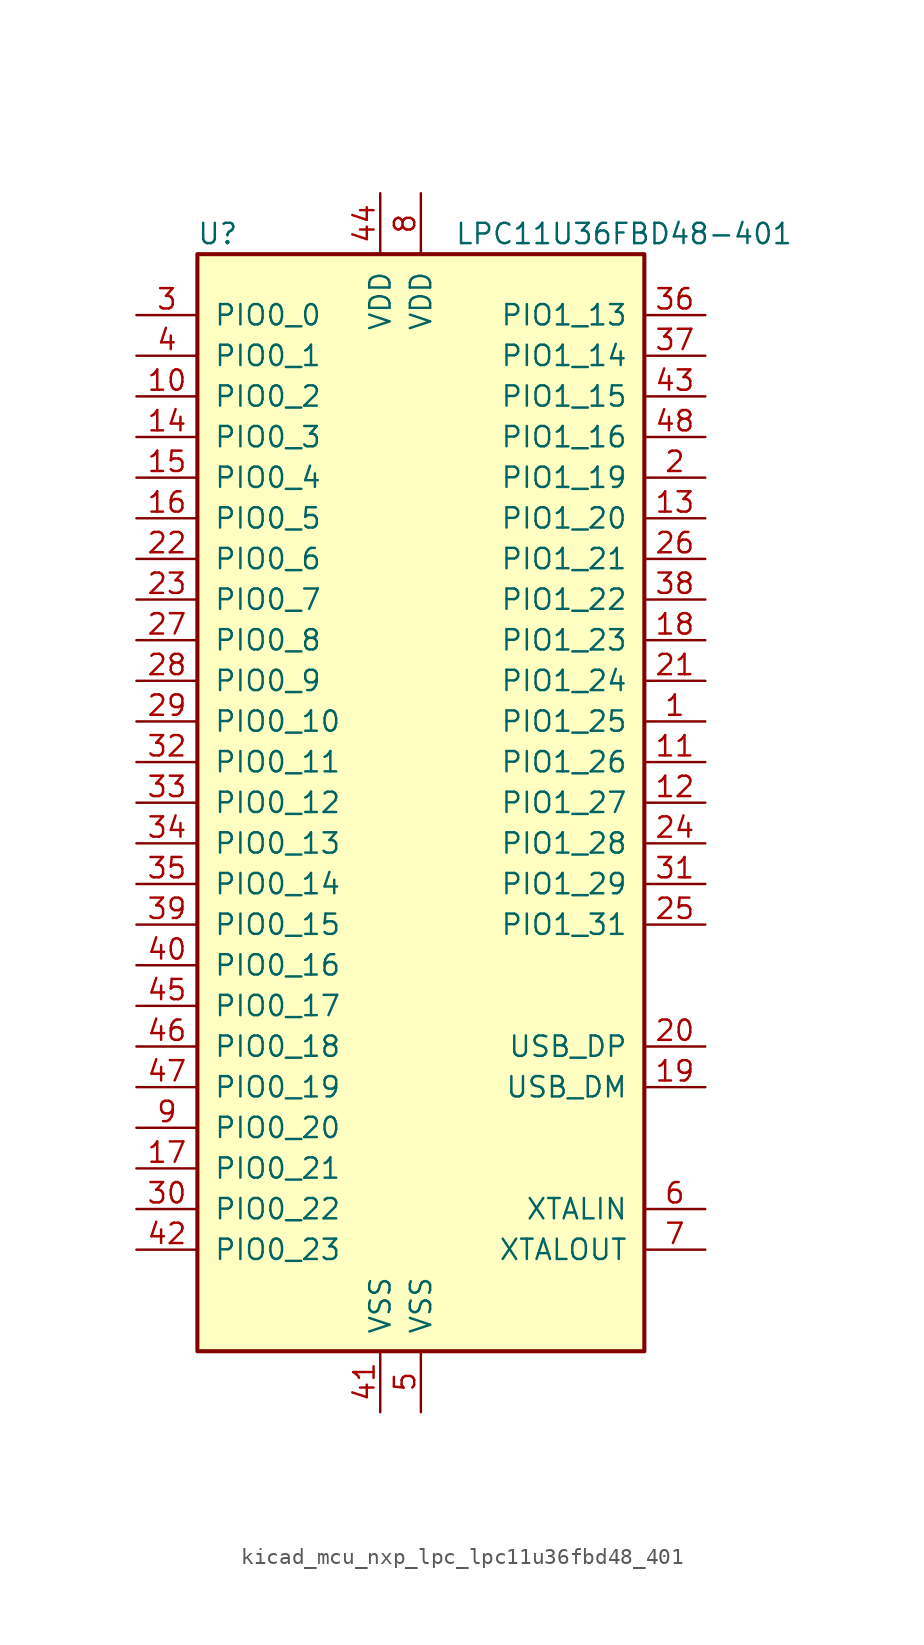
<source format=kicad_sym>
(kicad_symbol_lib
  (version 20220914)
  (generator kicad_symbol_editor)
  (symbol "kicad_mcu_nxp_lpc_lpc11u36fbd48_401"
    (pin_names
      (offset 1.016))
    (property "Reference" "U"
      (at -12.7 35.56 0)
      (effects (font (size 1.27 1.27))))
    (property "Value" "LPC11U36FBD48-401"
      (at 12.7 35.56 0)
      (effects (font (size 1.27 1.27))))
    (symbol "kicad_mcu_nxp_lpc_lpc11u36fbd48_401_0_1"
      (rectangle (start -13.97 34.29) (end 13.97 -34.29) (stroke (width 0.254) (type default)) (fill (type background))))
    (symbol "kicad_mcu_nxp_lpc_lpc11u36fbd48_401_1_1"
      (pin bidirectional line (at 17.78 5.08 180) (length 3.81) (name "PIO1_25" (effects (font (size 1.27 1.27)))) (number "1" (effects (font (size 1.27 1.27)))))
      (pin bidirectional line (at -17.78 25.4 0) (length 3.81) (name "PIO0_2" (effects (font (size 1.27 1.27)))) (number "10" (effects (font (size 1.27 1.27)))))
      (pin bidirectional line (at 17.78 2.54 180) (length 3.81) (name "PIO1_26" (effects (font (size 1.27 1.27)))) (number "11" (effects (font (size 1.27 1.27)))))
      (pin bidirectional line (at 17.78 0 180) (length 3.81) (name "PIO1_27" (effects (font (size 1.27 1.27)))) (number "12" (effects (font (size 1.27 1.27)))))
      (pin bidirectional line (at 17.78 17.78 180) (length 3.81) (name "PIO1_20" (effects (font (size 1.27 1.27)))) (number "13" (effects (font (size 1.27 1.27)))))
      (pin bidirectional line (at -17.78 22.86 0) (length 3.81) (name "PIO0_3" (effects (font (size 1.27 1.27)))) (number "14" (effects (font (size 1.27 1.27)))))
      (pin bidirectional line (at -17.78 20.32 0) (length 3.81) (name "PIO0_4" (effects (font (size 1.27 1.27)))) (number "15" (effects (font (size 1.27 1.27)))))
      (pin bidirectional line (at -17.78 17.78 0) (length 3.81) (name "PIO0_5" (effects (font (size 1.27 1.27)))) (number "16" (effects (font (size 1.27 1.27)))))
      (pin bidirectional line (at -17.78 -22.86 0) (length 3.81) (name "PIO0_21" (effects (font (size 1.27 1.27)))) (number "17" (effects (font (size 1.27 1.27)))))
      (pin bidirectional line (at 17.78 10.16 180) (length 3.81) (name "PIO1_23" (effects (font (size 1.27 1.27)))) (number "18" (effects (font (size 1.27 1.27)))))
      (pin bidirectional line (at 17.78 -17.78 180) (length 3.81) (name "USB_DM" (effects (font (size 1.27 1.27)))) (number "19" (effects (font (size 1.27 1.27)))))
      (pin bidirectional line (at 17.78 20.32 180) (length 3.81) (name "PIO1_19" (effects (font (size 1.27 1.27)))) (number "2" (effects (font (size 1.27 1.27)))))
      (pin bidirectional line (at 17.78 -15.24 180) (length 3.81) (name "USB_DP" (effects (font (size 1.27 1.27)))) (number "20" (effects (font (size 1.27 1.27)))))
      (pin bidirectional line (at 17.78 7.62 180) (length 3.81) (name "PIO1_24" (effects (font (size 1.27 1.27)))) (number "21" (effects (font (size 1.27 1.27)))))
      (pin bidirectional line (at -17.78 15.24 0) (length 3.81) (name "PIO0_6" (effects (font (size 1.27 1.27)))) (number "22" (effects (font (size 1.27 1.27)))))
      (pin bidirectional line (at -17.78 12.7 0) (length 3.81) (name "PIO0_7" (effects (font (size 1.27 1.27)))) (number "23" (effects (font (size 1.27 1.27)))))
      (pin bidirectional line (at 17.78 -2.54 180) (length 3.81) (name "PIO1_28" (effects (font (size 1.27 1.27)))) (number "24" (effects (font (size 1.27 1.27)))))
      (pin bidirectional line (at 17.78 -7.62 180) (length 3.81) (name "PIO1_31" (effects (font (size 1.27 1.27)))) (number "25" (effects (font (size 1.27 1.27)))))
      (pin bidirectional line (at 17.78 15.24 180) (length 3.81) (name "PIO1_21" (effects (font (size 1.27 1.27)))) (number "26" (effects (font (size 1.27 1.27)))))
      (pin bidirectional line (at -17.78 10.16 0) (length 3.81) (name "PIO0_8" (effects (font (size 1.27 1.27)))) (number "27" (effects (font (size 1.27 1.27)))))
      (pin bidirectional line (at -17.78 7.62 0) (length 3.81) (name "PIO0_9" (effects (font (size 1.27 1.27)))) (number "28" (effects (font (size 1.27 1.27)))))
      (pin bidirectional line (at -17.78 5.08 0) (length 3.81) (name "PIO0_10" (effects (font (size 1.27 1.27)))) (number "29" (effects (font (size 1.27 1.27)))))
      (pin bidirectional line (at -17.78 30.48 0) (length 3.81) (name "PIO0_0" (effects (font (size 1.27 1.27)))) (number "3" (effects (font (size 1.27 1.27)))))
      (pin bidirectional line (at -17.78 -25.4 0) (length 3.81) (name "PIO0_22" (effects (font (size 1.27 1.27)))) (number "30" (effects (font (size 1.27 1.27)))))
      (pin bidirectional line (at 17.78 -5.08 180) (length 3.81) (name "PIO1_29" (effects (font (size 1.27 1.27)))) (number "31" (effects (font (size 1.27 1.27)))))
      (pin bidirectional line (at -17.78 2.54 0) (length 3.81) (name "PIO0_11" (effects (font (size 1.27 1.27)))) (number "32" (effects (font (size 1.27 1.27)))))
      (pin bidirectional line (at -17.78 0 0) (length 3.81) (name "PIO0_12" (effects (font (size 1.27 1.27)))) (number "33" (effects (font (size 1.27 1.27)))))
      (pin bidirectional line (at -17.78 -2.54 0) (length 3.81) (name "PIO0_13" (effects (font (size 1.27 1.27)))) (number "34" (effects (font (size 1.27 1.27)))))
      (pin bidirectional line (at -17.78 -5.08 0) (length 3.81) (name "PIO0_14" (effects (font (size 1.27 1.27)))) (number "35" (effects (font (size 1.27 1.27)))))
      (pin bidirectional line (at 17.78 30.48 180) (length 3.81) (name "PIO1_13" (effects (font (size 1.27 1.27)))) (number "36" (effects (font (size 1.27 1.27)))))
      (pin bidirectional line (at 17.78 27.94 180) (length 3.81) (name "PIO1_14" (effects (font (size 1.27 1.27)))) (number "37" (effects (font (size 1.27 1.27)))))
      (pin bidirectional line (at 17.78 12.7 180) (length 3.81) (name "PIO1_22" (effects (font (size 1.27 1.27)))) (number "38" (effects (font (size 1.27 1.27)))))
      (pin bidirectional line (at -17.78 -7.62 0) (length 3.81) (name "PIO0_15" (effects (font (size 1.27 1.27)))) (number "39" (effects (font (size 1.27 1.27)))))
      (pin bidirectional line (at -17.78 27.94 0) (length 3.81) (name "PIO0_1" (effects (font (size 1.27 1.27)))) (number "4" (effects (font (size 1.27 1.27)))))
      (pin bidirectional line (at -17.78 -10.16 0) (length 3.81) (name "PIO0_16" (effects (font (size 1.27 1.27)))) (number "40" (effects (font (size 1.27 1.27)))))
      (pin power_in line (at -2.54 -38.1 90) (length 3.81) (name "VSS" (effects (font (size 1.27 1.27)))) (number "41" (effects (font (size 1.27 1.27)))))
      (pin bidirectional line (at -17.78 -27.94 0) (length 3.81) (name "PIO0_23" (effects (font (size 1.27 1.27)))) (number "42" (effects (font (size 1.27 1.27)))))
      (pin bidirectional line (at 17.78 25.4 180) (length 3.81) (name "PIO1_15" (effects (font (size 1.27 1.27)))) (number "43" (effects (font (size 1.27 1.27)))))
      (pin power_in line (at -2.54 38.1 270) (length 3.81) (name "VDD" (effects (font (size 1.27 1.27)))) (number "44" (effects (font (size 1.27 1.27)))))
      (pin bidirectional line (at -17.78 -12.7 0) (length 3.81) (name "PIO0_17" (effects (font (size 1.27 1.27)))) (number "45" (effects (font (size 1.27 1.27)))))
      (pin bidirectional line (at -17.78 -15.24 0) (length 3.81) (name "PIO0_18" (effects (font (size 1.27 1.27)))) (number "46" (effects (font (size 1.27 1.27)))))
      (pin bidirectional line (at -17.78 -17.78 0) (length 3.81) (name "PIO0_19" (effects (font (size 1.27 1.27)))) (number "47" (effects (font (size 1.27 1.27)))))
      (pin bidirectional line (at 17.78 22.86 180) (length 3.81) (name "PIO1_16" (effects (font (size 1.27 1.27)))) (number "48" (effects (font (size 1.27 1.27)))))
      (pin power_in line (at 0 -38.1 90) (length 3.81) (name "VSS" (effects (font (size 1.27 1.27)))) (number "5" (effects (font (size 1.27 1.27)))))
      (pin input line (at 17.78 -25.4 180) (length 3.81) (name "XTALIN" (effects (font (size 1.27 1.27)))) (number "6" (effects (font (size 1.27 1.27)))))
      (pin output line (at 17.78 -27.94 180) (length 3.81) (name "XTALOUT" (effects (font (size 1.27 1.27)))) (number "7" (effects (font (size 1.27 1.27)))))
      (pin power_in line (at 0 38.1 270) (length 3.81) (name "VDD" (effects (font (size 1.27 1.27)))) (number "8" (effects (font (size 1.27 1.27)))))
      (pin bidirectional line (at -17.78 -20.32 0) (length 3.81) (name "PIO0_20" (effects (font (size 1.27 1.27)))) (number "9" (effects (font (size 1.27 1.27))))))))
</source>
